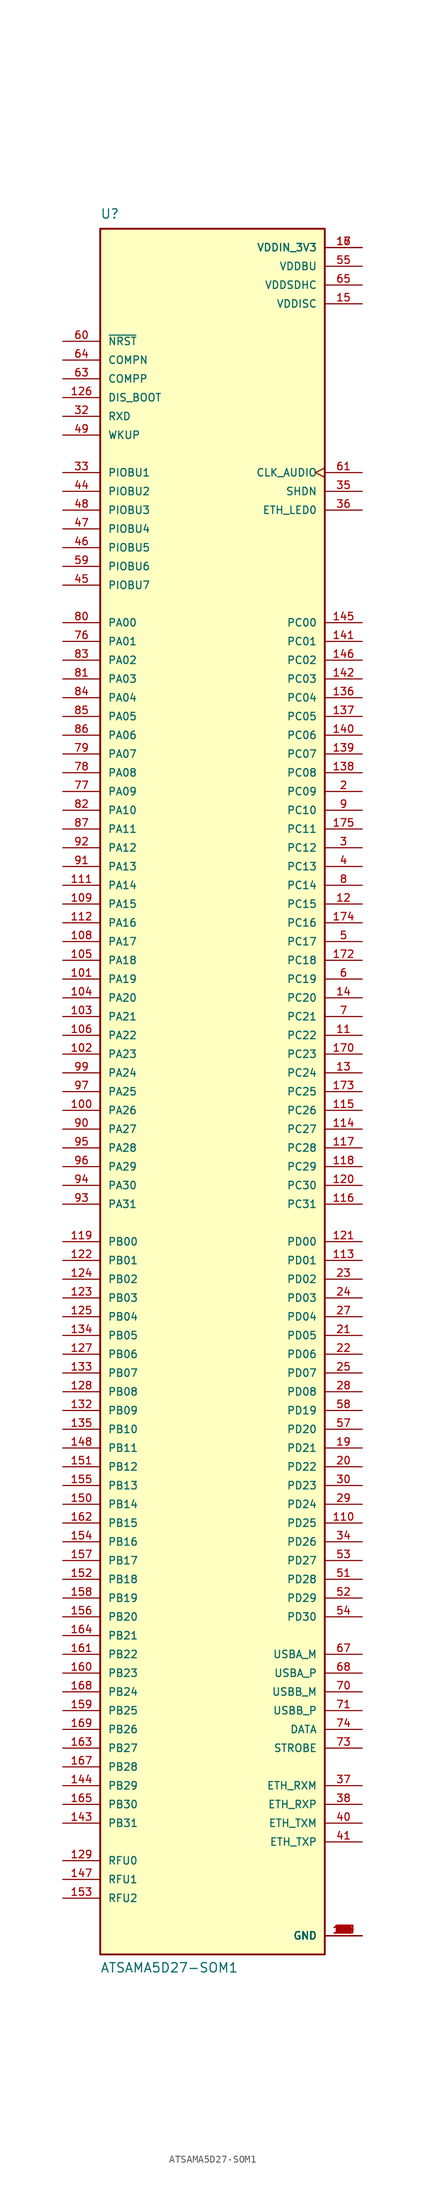
<source format=kicad_sym>
(kicad_symbol_lib
  (version 20241209)
  (generator "kicad_symbol_editor")
  (generator_version "9.0")
  (symbol "ATSAMA5D27-SOM1"
    (pin_names
      (offset 1.016))
    (property "Reference" "U"
      (at -15.24 118.11 0)
      (effects (font (size 1.27 1.27)) (justify left bottom)))
    (property "Value" "ATSAMA5D27-SOM1"
      (at -15.24 -119.38 0)
      (effects (font (size 1.27 1.27)) (justify left bottom)))
    (symbol "ATSAMA5D27-SOM1_0_0"
      (rectangle (start -15.24 -116.84) (end 15.24 116.84) (stroke (width 0.254) (type solid)) (fill (type background)))
      (pin input line (at -20.32 101.6 0) (length 5.08) (name "~{NRST}" (effects (font (size 1.016 1.016)))) (number "60" (effects (font (size 1.016 1.016)))))
      (pin input line (at -20.32 99.06 0) (length 5.08) (name "COMPN" (effects (font (size 1.016 1.016)))) (number "64" (effects (font (size 1.016 1.016)))))
      (pin input line (at -20.32 96.52 0) (length 5.08) (name "COMPP" (effects (font (size 1.016 1.016)))) (number "63" (effects (font (size 1.016 1.016)))))
      (pin input line (at -20.32 93.98 0) (length 5.08) (name "DIS_BOOT" (effects (font (size 1.016 1.016)))) (number "126" (effects (font (size 1.016 1.016)))))
      (pin input line (at -20.32 91.44 0) (length 5.08) (name "RXD" (effects (font (size 1.016 1.016)))) (number "32" (effects (font (size 1.016 1.016)))))
      (pin input line (at -20.32 88.9 0) (length 5.08) (name "WKUP" (effects (font (size 1.016 1.016)))) (number "49" (effects (font (size 1.016 1.016)))))
      (pin input line (at -20.32 83.82 0) (length 5.08) (name "PIOBU1" (effects (font (size 1.016 1.016)))) (number "33" (effects (font (size 1.016 1.016)))))
      (pin input line (at -20.32 81.28 0) (length 5.08) (name "PIOBU2" (effects (font (size 1.016 1.016)))) (number "44" (effects (font (size 1.016 1.016)))))
      (pin input line (at -20.32 78.74 0) (length 5.08) (name "PIOBU3" (effects (font (size 1.016 1.016)))) (number "48" (effects (font (size 1.016 1.016)))))
      (pin input line (at -20.32 76.2 0) (length 5.08) (name "PIOBU4" (effects (font (size 1.016 1.016)))) (number "47" (effects (font (size 1.016 1.016)))))
      (pin input line (at -20.32 73.66 0) (length 5.08) (name "PIOBU5" (effects (font (size 1.016 1.016)))) (number "46" (effects (font (size 1.016 1.016)))))
      (pin input line (at -20.32 71.12 0) (length 5.08) (name "PIOBU6" (effects (font (size 1.016 1.016)))) (number "59" (effects (font (size 1.016 1.016)))))
      (pin input line (at -20.32 68.58 0) (length 5.08) (name "PIOBU7" (effects (font (size 1.016 1.016)))) (number "45" (effects (font (size 1.016 1.016)))))
      (pin bidirectional line (at -20.32 63.5 0) (length 5.08) (name "PA00" (effects (font (size 1.016 1.016)))) (number "80" (effects (font (size 1.016 1.016)))))
      (pin bidirectional line (at -20.32 60.96 0) (length 5.08) (name "PA01" (effects (font (size 1.016 1.016)))) (number "76" (effects (font (size 1.016 1.016)))))
      (pin bidirectional line (at -20.32 58.42 0) (length 5.08) (name "PA02" (effects (font (size 1.016 1.016)))) (number "83" (effects (font (size 1.016 1.016)))))
      (pin bidirectional line (at -20.32 55.88 0) (length 5.08) (name "PA03" (effects (font (size 1.016 1.016)))) (number "81" (effects (font (size 1.016 1.016)))))
      (pin bidirectional line (at -20.32 53.34 0) (length 5.08) (name "PA04" (effects (font (size 1.016 1.016)))) (number "84" (effects (font (size 1.016 1.016)))))
      (pin bidirectional line (at -20.32 50.8 0) (length 5.08) (name "PA05" (effects (font (size 1.016 1.016)))) (number "85" (effects (font (size 1.016 1.016)))))
      (pin bidirectional line (at -20.32 48.26 0) (length 5.08) (name "PA06" (effects (font (size 1.016 1.016)))) (number "86" (effects (font (size 1.016 1.016)))))
      (pin bidirectional line (at -20.32 45.72 0) (length 5.08) (name "PA07" (effects (font (size 1.016 1.016)))) (number "79" (effects (font (size 1.016 1.016)))))
      (pin bidirectional line (at -20.32 43.18 0) (length 5.08) (name "PA08" (effects (font (size 1.016 1.016)))) (number "78" (effects (font (size 1.016 1.016)))))
      (pin bidirectional line (at -20.32 40.64 0) (length 5.08) (name "PA09" (effects (font (size 1.016 1.016)))) (number "77" (effects (font (size 1.016 1.016)))))
      (pin bidirectional line (at -20.32 38.1 0) (length 5.08) (name "PA10" (effects (font (size 1.016 1.016)))) (number "82" (effects (font (size 1.016 1.016)))))
      (pin bidirectional line (at -20.32 35.56 0) (length 5.08) (name "PA11" (effects (font (size 1.016 1.016)))) (number "87" (effects (font (size 1.016 1.016)))))
      (pin bidirectional line (at -20.32 33.02 0) (length 5.08) (name "PA12" (effects (font (size 1.016 1.016)))) (number "92" (effects (font (size 1.016 1.016)))))
      (pin bidirectional line (at -20.32 30.48 0) (length 5.08) (name "PA13" (effects (font (size 1.016 1.016)))) (number "91" (effects (font (size 1.016 1.016)))))
      (pin bidirectional line (at -20.32 27.94 0) (length 5.08) (name "PA14" (effects (font (size 1.016 1.016)))) (number "111" (effects (font (size 1.016 1.016)))))
      (pin bidirectional line (at -20.32 25.4 0) (length 5.08) (name "PA15" (effects (font (size 1.016 1.016)))) (number "109" (effects (font (size 1.016 1.016)))))
      (pin bidirectional line (at -20.32 22.86 0) (length 5.08) (name "PA16" (effects (font (size 1.016 1.016)))) (number "112" (effects (font (size 1.016 1.016)))))
      (pin bidirectional line (at -20.32 20.32 0) (length 5.08) (name "PA17" (effects (font (size 1.016 1.016)))) (number "108" (effects (font (size 1.016 1.016)))))
      (pin bidirectional line (at -20.32 17.78 0) (length 5.08) (name "PA18" (effects (font (size 1.016 1.016)))) (number "105" (effects (font (size 1.016 1.016)))))
      (pin bidirectional line (at -20.32 15.24 0) (length 5.08) (name "PA19" (effects (font (size 1.016 1.016)))) (number "101" (effects (font (size 1.016 1.016)))))
      (pin bidirectional line (at -20.32 12.7 0) (length 5.08) (name "PA20" (effects (font (size 1.016 1.016)))) (number "104" (effects (font (size 1.016 1.016)))))
      (pin bidirectional line (at -20.32 10.16 0) (length 5.08) (name "PA21" (effects (font (size 1.016 1.016)))) (number "103" (effects (font (size 1.016 1.016)))))
      (pin bidirectional line (at -20.32 7.62 0) (length 5.08) (name "PA22" (effects (font (size 1.016 1.016)))) (number "106" (effects (font (size 1.016 1.016)))))
      (pin bidirectional line (at -20.32 5.08 0) (length 5.08) (name "PA23" (effects (font (size 1.016 1.016)))) (number "102" (effects (font (size 1.016 1.016)))))
      (pin bidirectional line (at -20.32 2.54 0) (length 5.08) (name "PA24" (effects (font (size 1.016 1.016)))) (number "99" (effects (font (size 1.016 1.016)))))
      (pin bidirectional line (at -20.32 0 0) (length 5.08) (name "PA25" (effects (font (size 1.016 1.016)))) (number "97" (effects (font (size 1.016 1.016)))))
      (pin bidirectional line (at -20.32 -2.54 0) (length 5.08) (name "PA26" (effects (font (size 1.016 1.016)))) (number "100" (effects (font (size 1.016 1.016)))))
      (pin bidirectional line (at -20.32 -5.08 0) (length 5.08) (name "PA27" (effects (font (size 1.016 1.016)))) (number "90" (effects (font (size 1.016 1.016)))))
      (pin bidirectional line (at -20.32 -7.62 0) (length 5.08) (name "PA28" (effects (font (size 1.016 1.016)))) (number "95" (effects (font (size 1.016 1.016)))))
      (pin bidirectional line (at -20.32 -10.16 0) (length 5.08) (name "PA29" (effects (font (size 1.016 1.016)))) (number "96" (effects (font (size 1.016 1.016)))))
      (pin bidirectional line (at -20.32 -12.7 0) (length 5.08) (name "PA30" (effects (font (size 1.016 1.016)))) (number "94" (effects (font (size 1.016 1.016)))))
      (pin bidirectional line (at -20.32 -15.24 0) (length 5.08) (name "PA31" (effects (font (size 1.016 1.016)))) (number "93" (effects (font (size 1.016 1.016)))))
      (pin bidirectional line (at -20.32 -20.32 0) (length 5.08) (name "PB00" (effects (font (size 1.016 1.016)))) (number "119" (effects (font (size 1.016 1.016)))))
      (pin bidirectional line (at -20.32 -22.86 0) (length 5.08) (name "PB01" (effects (font (size 1.016 1.016)))) (number "122" (effects (font (size 1.016 1.016)))))
      (pin bidirectional line (at -20.32 -25.4 0) (length 5.08) (name "PB02" (effects (font (size 1.016 1.016)))) (number "124" (effects (font (size 1.016 1.016)))))
      (pin bidirectional line (at -20.32 -27.94 0) (length 5.08) (name "PB03" (effects (font (size 1.016 1.016)))) (number "123" (effects (font (size 1.016 1.016)))))
      (pin bidirectional line (at -20.32 -30.48 0) (length 5.08) (name "PB04" (effects (font (size 1.016 1.016)))) (number "125" (effects (font (size 1.016 1.016)))))
      (pin bidirectional line (at -20.32 -33.02 0) (length 5.08) (name "PB05" (effects (font (size 1.016 1.016)))) (number "134" (effects (font (size 1.016 1.016)))))
      (pin bidirectional line (at -20.32 -35.56 0) (length 5.08) (name "PB06" (effects (font (size 1.016 1.016)))) (number "127" (effects (font (size 1.016 1.016)))))
      (pin bidirectional line (at -20.32 -38.1 0) (length 5.08) (name "PB07" (effects (font (size 1.016 1.016)))) (number "133" (effects (font (size 1.016 1.016)))))
      (pin bidirectional line (at -20.32 -40.64 0) (length 5.08) (name "PB08" (effects (font (size 1.016 1.016)))) (number "128" (effects (font (size 1.016 1.016)))))
      (pin bidirectional line (at -20.32 -43.18 0) (length 5.08) (name "PB09" (effects (font (size 1.016 1.016)))) (number "132" (effects (font (size 1.016 1.016)))))
      (pin bidirectional line (at -20.32 -45.72 0) (length 5.08) (name "PB10" (effects (font (size 1.016 1.016)))) (number "135" (effects (font (size 1.016 1.016)))))
      (pin bidirectional line (at -20.32 -48.26 0) (length 5.08) (name "PB11" (effects (font (size 1.016 1.016)))) (number "148" (effects (font (size 1.016 1.016)))))
      (pin bidirectional line (at -20.32 -50.8 0) (length 5.08) (name "PB12" (effects (font (size 1.016 1.016)))) (number "151" (effects (font (size 1.016 1.016)))))
      (pin bidirectional line (at -20.32 -53.34 0) (length 5.08) (name "PB13" (effects (font (size 1.016 1.016)))) (number "155" (effects (font (size 1.016 1.016)))))
      (pin bidirectional line (at -20.32 -55.88 0) (length 5.08) (name "PB14" (effects (font (size 1.016 1.016)))) (number "150" (effects (font (size 1.016 1.016)))))
      (pin bidirectional line (at -20.32 -58.42 0) (length 5.08) (name "PB15" (effects (font (size 1.016 1.016)))) (number "162" (effects (font (size 1.016 1.016)))))
      (pin bidirectional line (at -20.32 -60.96 0) (length 5.08) (name "PB16" (effects (font (size 1.016 1.016)))) (number "154" (effects (font (size 1.016 1.016)))))
      (pin bidirectional line (at -20.32 -63.5 0) (length 5.08) (name "PB17" (effects (font (size 1.016 1.016)))) (number "157" (effects (font (size 1.016 1.016)))))
      (pin bidirectional line (at -20.32 -66.04 0) (length 5.08) (name "PB18" (effects (font (size 1.016 1.016)))) (number "152" (effects (font (size 1.016 1.016)))))
      (pin bidirectional line (at -20.32 -68.58 0) (length 5.08) (name "PB19" (effects (font (size 1.016 1.016)))) (number "158" (effects (font (size 1.016 1.016)))))
      (pin bidirectional line (at -20.32 -71.12 0) (length 5.08) (name "PB20" (effects (font (size 1.016 1.016)))) (number "156" (effects (font (size 1.016 1.016)))))
      (pin bidirectional line (at -20.32 -73.66 0) (length 5.08) (name "PB21" (effects (font (size 1.016 1.016)))) (number "164" (effects (font (size 1.016 1.016)))))
      (pin bidirectional line (at -20.32 -76.2 0) (length 5.08) (name "PB22" (effects (font (size 1.016 1.016)))) (number "161" (effects (font (size 1.016 1.016)))))
      (pin bidirectional line (at -20.32 -78.74 0) (length 5.08) (name "PB23" (effects (font (size 1.016 1.016)))) (number "160" (effects (font (size 1.016 1.016)))))
      (pin bidirectional line (at -20.32 -81.28 0) (length 5.08) (name "PB24" (effects (font (size 1.016 1.016)))) (number "168" (effects (font (size 1.016 1.016)))))
      (pin bidirectional line (at -20.32 -83.82 0) (length 5.08) (name "PB25" (effects (font (size 1.016 1.016)))) (number "159" (effects (font (size 1.016 1.016)))))
      (pin bidirectional line (at -20.32 -86.36 0) (length 5.08) (name "PB26" (effects (font (size 1.016 1.016)))) (number "169" (effects (font (size 1.016 1.016)))))
      (pin bidirectional line (at -20.32 -88.9 0) (length 5.08) (name "PB27" (effects (font (size 1.016 1.016)))) (number "163" (effects (font (size 1.016 1.016)))))
      (pin bidirectional line (at -20.32 -91.44 0) (length 5.08) (name "PB28" (effects (font (size 1.016 1.016)))) (number "167" (effects (font (size 1.016 1.016)))))
      (pin bidirectional line (at -20.32 -93.98 0) (length 5.08) (name "PB29" (effects (font (size 1.016 1.016)))) (number "144" (effects (font (size 1.016 1.016)))))
      (pin bidirectional line (at -20.32 -96.52 0) (length 5.08) (name "PB30" (effects (font (size 1.016 1.016)))) (number "165" (effects (font (size 1.016 1.016)))))
      (pin bidirectional line (at -20.32 -99.06 0) (length 5.08) (name "PB31" (effects (font (size 1.016 1.016)))) (number "143" (effects (font (size 1.016 1.016)))))
      (pin passive line (at -20.32 -104.14 0) (length 5.08) (name "RFU0" (effects (font (size 1.016 1.016)))) (number "129" (effects (font (size 1.016 1.016)))))
      (pin passive line (at -20.32 -106.68 0) (length 5.08) (name "RFU1" (effects (font (size 1.016 1.016)))) (number "147" (effects (font (size 1.016 1.016)))))
      (pin passive line (at -20.32 -109.22 0) (length 5.08) (name "RFU2" (effects (font (size 1.016 1.016)))) (number "153" (effects (font (size 1.016 1.016)))))
      (pin power_in line (at 20.32 114.3 180) (length 5.08) (name "VDDIN_3V3" (effects (font (size 1.016 1.016)))) (number "16" (effects (font (size 1.016 1.016)))))
      (pin power_in line (at 20.32 114.3 180) (length 5.08) (name "VDDIN_3V3" (effects (font (size 1.016 1.016)))) (number "17" (effects (font (size 1.016 1.016)))))
      (pin power_in line (at 20.32 111.76 180) (length 5.08) (name "VDDBU" (effects (font (size 1.016 1.016)))) (number "55" (effects (font (size 1.016 1.016)))))
      (pin power_in line (at 20.32 109.22 180) (length 5.08) (name "VDDSDHC" (effects (font (size 1.016 1.016)))) (number "65" (effects (font (size 1.016 1.016)))))
      (pin power_in line (at 20.32 106.68 180) (length 5.08) (name "VDDISC" (effects (font (size 1.016 1.016)))) (number "15" (effects (font (size 1.016 1.016)))))
      (pin output clock (at 20.32 83.82 180) (length 5.08) (name "CLK_AUDIO" (effects (font (size 1.016 1.016)))) (number "61" (effects (font (size 1.016 1.016)))))
      (pin output line (at 20.32 81.28 180) (length 5.08) (name "SHDN" (effects (font (size 1.016 1.016)))) (number "35" (effects (font (size 1.016 1.016)))))
      (pin output line (at 20.32 78.74 180) (length 5.08) (name "ETH_LED0" (effects (font (size 1.016 1.016)))) (number "36" (effects (font (size 1.016 1.016)))))
      (pin bidirectional line (at 20.32 63.5 180) (length 5.08) (name "PC00" (effects (font (size 1.016 1.016)))) (number "145" (effects (font (size 1.016 1.016)))))
      (pin bidirectional line (at 20.32 60.96 180) (length 5.08) (name "PC01" (effects (font (size 1.016 1.016)))) (number "141" (effects (font (size 1.016 1.016)))))
      (pin bidirectional line (at 20.32 58.42 180) (length 5.08) (name "PC02" (effects (font (size 1.016 1.016)))) (number "146" (effects (font (size 1.016 1.016)))))
      (pin bidirectional line (at 20.32 55.88 180) (length 5.08) (name "PC03" (effects (font (size 1.016 1.016)))) (number "142" (effects (font (size 1.016 1.016)))))
      (pin bidirectional line (at 20.32 53.34 180) (length 5.08) (name "PC04" (effects (font (size 1.016 1.016)))) (number "136" (effects (font (size 1.016 1.016)))))
      (pin bidirectional line (at 20.32 50.8 180) (length 5.08) (name "PC05" (effects (font (size 1.016 1.016)))) (number "137" (effects (font (size 1.016 1.016)))))
      (pin bidirectional line (at 20.32 48.26 180) (length 5.08) (name "PC06" (effects (font (size 1.016 1.016)))) (number "140" (effects (font (size 1.016 1.016)))))
      (pin bidirectional line (at 20.32 45.72 180) (length 5.08) (name "PC07" (effects (font (size 1.016 1.016)))) (number "139" (effects (font (size 1.016 1.016)))))
      (pin bidirectional line (at 20.32 43.18 180) (length 5.08) (name "PC08" (effects (font (size 1.016 1.016)))) (number "138" (effects (font (size 1.016 1.016)))))
      (pin bidirectional line (at 20.32 40.64 180) (length 5.08) (name "PC09" (effects (font (size 1.016 1.016)))) (number "2" (effects (font (size 1.016 1.016)))))
      (pin bidirectional line (at 20.32 38.1 180) (length 5.08) (name "PC10" (effects (font (size 1.016 1.016)))) (number "9" (effects (font (size 1.016 1.016)))))
      (pin bidirectional line (at 20.32 35.56 180) (length 5.08) (name "PC11" (effects (font (size 1.016 1.016)))) (number "175" (effects (font (size 1.016 1.016)))))
      (pin bidirectional line (at 20.32 33.02 180) (length 5.08) (name "PC12" (effects (font (size 1.016 1.016)))) (number "3" (effects (font (size 1.016 1.016)))))
      (pin bidirectional line (at 20.32 30.48 180) (length 5.08) (name "PC13" (effects (font (size 1.016 1.016)))) (number "4" (effects (font (size 1.016 1.016)))))
      (pin bidirectional line (at 20.32 27.94 180) (length 5.08) (name "PC14" (effects (font (size 1.016 1.016)))) (number "8" (effects (font (size 1.016 1.016)))))
      (pin bidirectional line (at 20.32 25.4 180) (length 5.08) (name "PC15" (effects (font (size 1.016 1.016)))) (number "12" (effects (font (size 1.016 1.016)))))
      (pin bidirectional line (at 20.32 22.86 180) (length 5.08) (name "PC16" (effects (font (size 1.016 1.016)))) (number "174" (effects (font (size 1.016 1.016)))))
      (pin bidirectional line (at 20.32 20.32 180) (length 5.08) (name "PC17" (effects (font (size 1.016 1.016)))) (number "5" (effects (font (size 1.016 1.016)))))
      (pin bidirectional line (at 20.32 17.78 180) (length 5.08) (name "PC18" (effects (font (size 1.016 1.016)))) (number "172" (effects (font (size 1.016 1.016)))))
      (pin bidirectional line (at 20.32 15.24 180) (length 5.08) (name "PC19" (effects (font (size 1.016 1.016)))) (number "6" (effects (font (size 1.016 1.016)))))
      (pin bidirectional line (at 20.32 12.7 180) (length 5.08) (name "PC20" (effects (font (size 1.016 1.016)))) (number "14" (effects (font (size 1.016 1.016)))))
      (pin bidirectional line (at 20.32 10.16 180) (length 5.08) (name "PC21" (effects (font (size 1.016 1.016)))) (number "7" (effects (font (size 1.016 1.016)))))
      (pin bidirectional line (at 20.32 7.62 180) (length 5.08) (name "PC22" (effects (font (size 1.016 1.016)))) (number "11" (effects (font (size 1.016 1.016)))))
      (pin bidirectional line (at 20.32 5.08 180) (length 5.08) (name "PC23" (effects (font (size 1.016 1.016)))) (number "170" (effects (font (size 1.016 1.016)))))
      (pin bidirectional line (at 20.32 2.54 180) (length 5.08) (name "PC24" (effects (font (size 1.016 1.016)))) (number "13" (effects (font (size 1.016 1.016)))))
      (pin bidirectional line (at 20.32 0 180) (length 5.08) (name "PC25" (effects (font (size 1.016 1.016)))) (number "173" (effects (font (size 1.016 1.016)))))
      (pin bidirectional line (at 20.32 -2.54 180) (length 5.08) (name "PC26" (effects (font (size 1.016 1.016)))) (number "115" (effects (font (size 1.016 1.016)))))
      (pin bidirectional line (at 20.32 -5.08 180) (length 5.08) (name "PC27" (effects (font (size 1.016 1.016)))) (number "114" (effects (font (size 1.016 1.016)))))
      (pin bidirectional line (at 20.32 -7.62 180) (length 5.08) (name "PC28" (effects (font (size 1.016 1.016)))) (number "117" (effects (font (size 1.016 1.016)))))
      (pin bidirectional line (at 20.32 -10.16 180) (length 5.08) (name "PC29" (effects (font (size 1.016 1.016)))) (number "118" (effects (font (size 1.016 1.016)))))
      (pin bidirectional line (at 20.32 -12.7 180) (length 5.08) (name "PC30" (effects (font (size 1.016 1.016)))) (number "120" (effects (font (size 1.016 1.016)))))
      (pin bidirectional line (at 20.32 -15.24 180) (length 5.08) (name "PC31" (effects (font (size 1.016 1.016)))) (number "116" (effects (font (size 1.016 1.016)))))
      (pin bidirectional line (at 20.32 -20.32 180) (length 5.08) (name "PD00" (effects (font (size 1.016 1.016)))) (number "121" (effects (font (size 1.016 1.016)))))
      (pin bidirectional line (at 20.32 -22.86 180) (length 5.08) (name "PD01" (effects (font (size 1.016 1.016)))) (number "113" (effects (font (size 1.016 1.016)))))
      (pin bidirectional line (at 20.32 -25.4 180) (length 5.08) (name "PD02" (effects (font (size 1.016 1.016)))) (number "23" (effects (font (size 1.016 1.016)))))
      (pin bidirectional line (at 20.32 -27.94 180) (length 5.08) (name "PD03" (effects (font (size 1.016 1.016)))) (number "24" (effects (font (size 1.016 1.016)))))
      (pin bidirectional line (at 20.32 -30.48 180) (length 5.08) (name "PD04" (effects (font (size 1.016 1.016)))) (number "27" (effects (font (size 1.016 1.016)))))
      (pin bidirectional line (at 20.32 -33.02 180) (length 5.08) (name "PD05" (effects (font (size 1.016 1.016)))) (number "21" (effects (font (size 1.016 1.016)))))
      (pin bidirectional line (at 20.32 -35.56 180) (length 5.08) (name "PD06" (effects (font (size 1.016 1.016)))) (number "22" (effects (font (size 1.016 1.016)))))
      (pin bidirectional line (at 20.32 -38.1 180) (length 5.08) (name "PD07" (effects (font (size 1.016 1.016)))) (number "25" (effects (font (size 1.016 1.016)))))
      (pin bidirectional line (at 20.32 -40.64 180) (length 5.08) (name "PD08" (effects (font (size 1.016 1.016)))) (number "28" (effects (font (size 1.016 1.016)))))
      (pin bidirectional line (at 20.32 -43.18 180) (length 5.08) (name "PD19" (effects (font (size 1.016 1.016)))) (number "58" (effects (font (size 1.016 1.016)))))
      (pin bidirectional line (at 20.32 -45.72 180) (length 5.08) (name "PD20" (effects (font (size 1.016 1.016)))) (number "57" (effects (font (size 1.016 1.016)))))
      (pin bidirectional line (at 20.32 -48.26 180) (length 5.08) (name "PD21" (effects (font (size 1.016 1.016)))) (number "19" (effects (font (size 1.016 1.016)))))
      (pin bidirectional line (at 20.32 -50.8 180) (length 5.08) (name "PD22" (effects (font (size 1.016 1.016)))) (number "20" (effects (font (size 1.016 1.016)))))
      (pin bidirectional line (at 20.32 -53.34 180) (length 5.08) (name "PD23" (effects (font (size 1.016 1.016)))) (number "30" (effects (font (size 1.016 1.016)))))
      (pin bidirectional line (at 20.32 -55.88 180) (length 5.08) (name "PD24" (effects (font (size 1.016 1.016)))) (number "29" (effects (font (size 1.016 1.016)))))
      (pin bidirectional line (at 20.32 -58.42 180) (length 5.08) (name "PD25" (effects (font (size 1.016 1.016)))) (number "110" (effects (font (size 1.016 1.016)))))
      (pin bidirectional line (at 20.32 -60.96 180) (length 5.08) (name "PD26" (effects (font (size 1.016 1.016)))) (number "34" (effects (font (size 1.016 1.016)))))
      (pin bidirectional line (at 20.32 -63.5 180) (length 5.08) (name "PD27" (effects (font (size 1.016 1.016)))) (number "53" (effects (font (size 1.016 1.016)))))
      (pin bidirectional line (at 20.32 -66.04 180) (length 5.08) (name "PD28" (effects (font (size 1.016 1.016)))) (number "51" (effects (font (size 1.016 1.016)))))
      (pin bidirectional line (at 20.32 -68.58 180) (length 5.08) (name "PD29" (effects (font (size 1.016 1.016)))) (number "52" (effects (font (size 1.016 1.016)))))
      (pin bidirectional line (at 20.32 -71.12 180) (length 5.08) (name "PD30" (effects (font (size 1.016 1.016)))) (number "54" (effects (font (size 1.016 1.016)))))
      (pin bidirectional line (at 20.32 -76.2 180) (length 5.08) (name "USBA_M" (effects (font (size 1.016 1.016)))) (number "67" (effects (font (size 1.016 1.016)))))
      (pin bidirectional line (at 20.32 -78.74 180) (length 5.08) (name "USBA_P" (effects (font (size 1.016 1.016)))) (number "68" (effects (font (size 1.016 1.016)))))
      (pin bidirectional line (at 20.32 -81.28 180) (length 5.08) (name "USBB_M" (effects (font (size 1.016 1.016)))) (number "70" (effects (font (size 1.016 1.016)))))
      (pin bidirectional line (at 20.32 -83.82 180) (length 5.08) (name "USBB_P" (effects (font (size 1.016 1.016)))) (number "71" (effects (font (size 1.016 1.016)))))
      (pin bidirectional line (at 20.32 -86.36 180) (length 5.08) (name "DATA" (effects (font (size 1.016 1.016)))) (number "74" (effects (font (size 1.016 1.016)))))
      (pin bidirectional line (at 20.32 -88.9 180) (length 5.08) (name "STROBE" (effects (font (size 1.016 1.016)))) (number "73" (effects (font (size 1.016 1.016)))))
      (pin bidirectional line (at 20.32 -93.98 180) (length 5.08) (name "ETH_RXM" (effects (font (size 1.016 1.016)))) (number "37" (effects (font (size 1.016 1.016)))))
      (pin bidirectional line (at 20.32 -96.52 180) (length 5.08) (name "ETH_RXP" (effects (font (size 1.016 1.016)))) (number "38" (effects (font (size 1.016 1.016)))))
      (pin bidirectional line (at 20.32 -99.06 180) (length 5.08) (name "ETH_TXM" (effects (font (size 1.016 1.016)))) (number "40" (effects (font (size 1.016 1.016)))))
      (pin bidirectional line (at 20.32 -101.6 180) (length 5.08) (name "ETH_TXP" (effects (font (size 1.016 1.016)))) (number "41" (effects (font (size 1.016 1.016)))))
      (pin power_in line (at 20.32 -114.3 180) (length 5.08) (name "GND" (effects (font (size 1.016 1.016)))) (number "1" (effects (font (size 1.016 1.016)))))
      (pin power_in line (at 20.32 -114.3 180) (length 5.08) (name "GND" (effects (font (size 1.016 1.016)))) (number "10" (effects (font (size 1.016 1.016)))))
      (pin power_in line (at 20.32 -114.3 180) (length 5.08) (name "GND" (effects (font (size 1.016 1.016)))) (number "107" (effects (font (size 1.016 1.016)))))
      (pin power_in line (at 20.32 -114.3 180) (length 5.08) (name "GND" (effects (font (size 1.016 1.016)))) (number "130" (effects (font (size 1.016 1.016)))))
      (pin power_in line (at 20.32 -114.3 180) (length 5.08) (name "GND" (effects (font (size 1.016 1.016)))) (number "131" (effects (font (size 1.016 1.016)))))
      (pin power_in line (at 20.32 -114.3 180) (length 5.08) (name "GND" (effects (font (size 1.016 1.016)))) (number "149" (effects (font (size 1.016 1.016)))))
      (pin power_in line (at 20.32 -114.3 180) (length 5.08) (name "GND" (effects (font (size 1.016 1.016)))) (number "166" (effects (font (size 1.016 1.016)))))
      (pin power_in line (at 20.32 -114.3 180) (length 5.08) (name "GND" (effects (font (size 1.016 1.016)))) (number "171" (effects (font (size 1.016 1.016)))))
      (pin power_in line (at 20.32 -114.3 180) (length 5.08) (name "GND" (effects (font (size 1.016 1.016)))) (number "176" (effects (font (size 1.016 1.016)))))
      (pin power_in line (at 20.32 -114.3 180) (length 5.08) (name "GND" (effects (font (size 1.016 1.016)))) (number "18" (effects (font (size 1.016 1.016)))))
      (pin power_in line (at 20.32 -114.3 180) (length 5.08) (name "GND" (effects (font (size 1.016 1.016)))) (number "26" (effects (font (size 1.016 1.016)))))
      (pin power_in line (at 20.32 -114.3 180) (length 5.08) (name "GND" (effects (font (size 1.016 1.016)))) (number "31" (effects (font (size 1.016 1.016)))))
      (pin power_in line (at 20.32 -114.3 180) (length 5.08) (name "GND" (effects (font (size 1.016 1.016)))) (number "39" (effects (font (size 1.016 1.016)))))
      (pin power_in line (at 20.32 -114.3 180) (length 5.08) (name "GND" (effects (font (size 1.016 1.016)))) (number "42" (effects (font (size 1.016 1.016)))))
      (pin power_in line (at 20.32 -114.3 180) (length 5.08) (name "GND" (effects (font (size 1.016 1.016)))) (number "43" (effects (font (size 1.016 1.016)))))
      (pin power_in line (at 20.32 -114.3 180) (length 5.08) (name "GND" (effects (font (size 1.016 1.016)))) (number "50" (effects (font (size 1.016 1.016)))))
      (pin power_in line (at 20.32 -114.3 180) (length 5.08) (name "GND" (effects (font (size 1.016 1.016)))) (number "56" (effects (font (size 1.016 1.016)))))
      (pin power_in line (at 20.32 -114.3 180) (length 5.08) (name "GND" (effects (font (size 1.016 1.016)))) (number "62" (effects (font (size 1.016 1.016)))))
      (pin power_in line (at 20.32 -114.3 180) (length 5.08) (name "GND" (effects (font (size 1.016 1.016)))) (number "66" (effects (font (size 1.016 1.016)))))
      (pin power_in line (at 20.32 -114.3 180) (length 5.08) (name "GND" (effects (font (size 1.016 1.016)))) (number "69" (effects (font (size 1.016 1.016)))))
      (pin power_in line (at 20.32 -114.3 180) (length 5.08) (name "GND" (effects (font (size 1.016 1.016)))) (number "72" (effects (font (size 1.016 1.016)))))
      (pin power_in line (at 20.32 -114.3 180) (length 5.08) (name "GND" (effects (font (size 1.016 1.016)))) (number "75" (effects (font (size 1.016 1.016)))))
      (pin power_in line (at 20.32 -114.3 180) (length 5.08) (name "GND" (effects (font (size 1.016 1.016)))) (number "88" (effects (font (size 1.016 1.016)))))
      (pin power_in line (at 20.32 -114.3 180) (length 5.08) (name "GND" (effects (font (size 1.016 1.016)))) (number "89" (effects (font (size 1.016 1.016)))))
      (pin power_in line (at 20.32 -114.3 180) (length 5.08) (name "GND" (effects (font (size 1.016 1.016)))) (number "98" (effects (font (size 1.016 1.016))))))))
</source>
